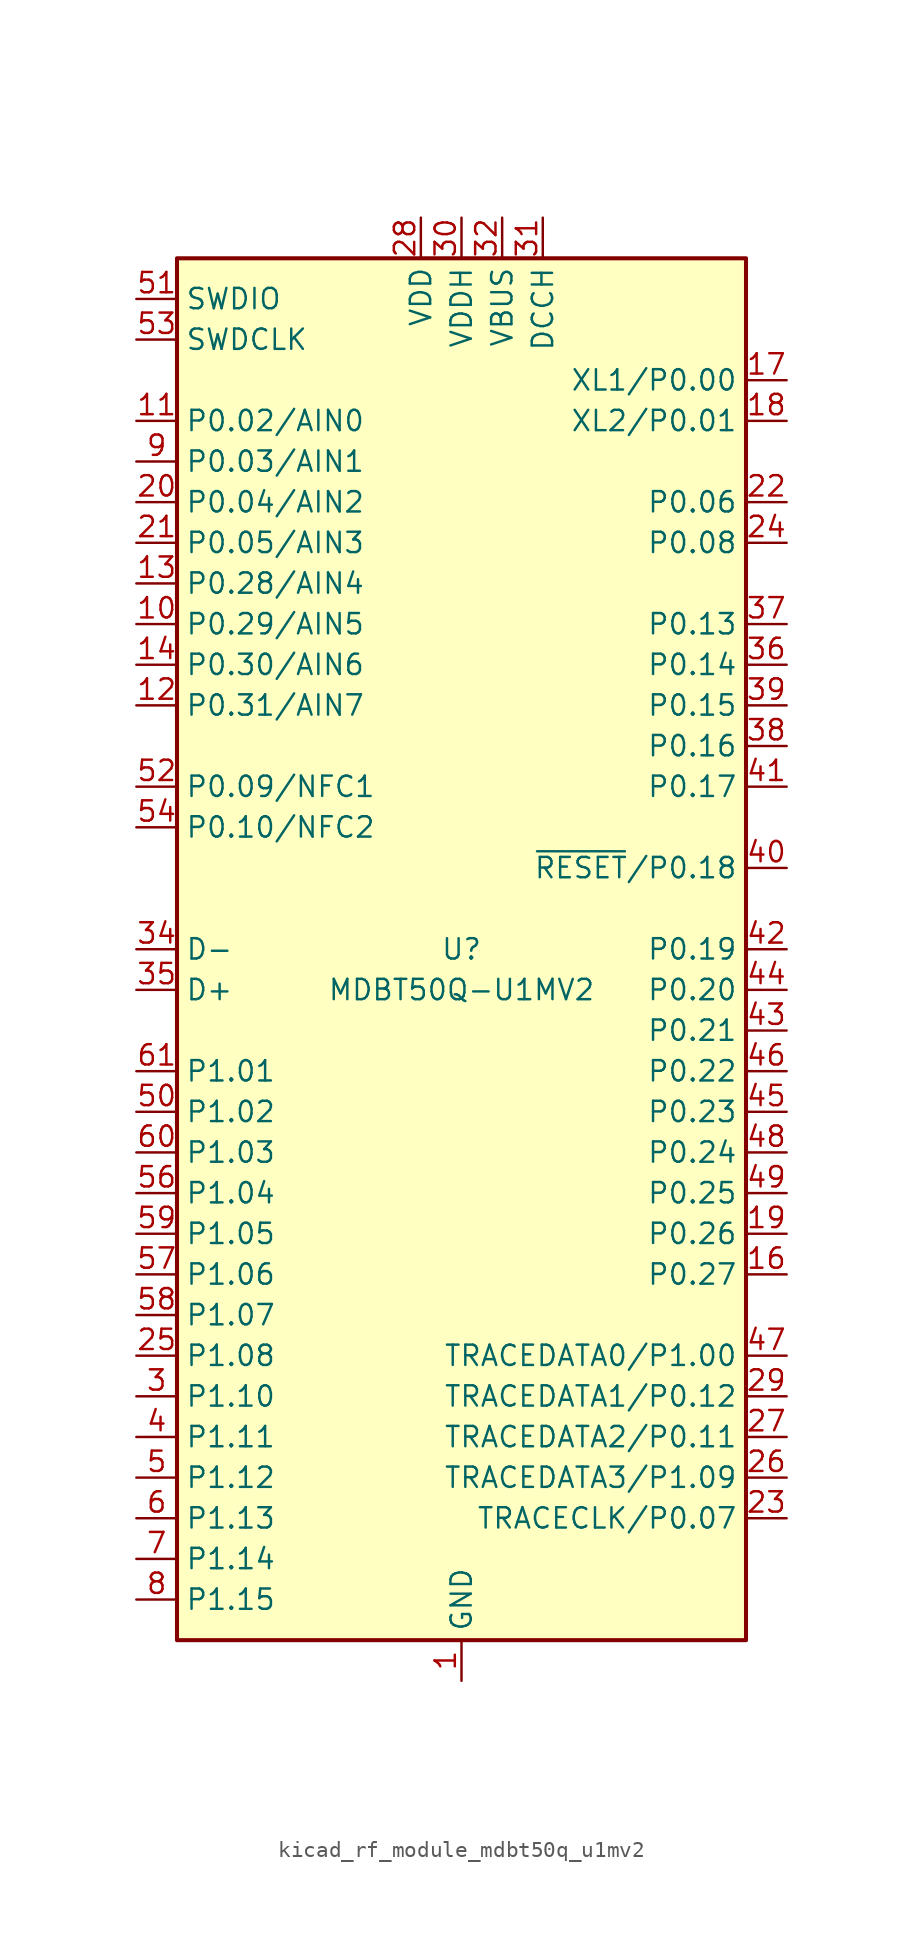
<source format=kicad_sym>
(kicad_symbol_lib
  (version 20220914)
  (generator kicad_symbol_editor)
  (symbol "kicad_rf_module_mdbt50q_u1mv2"
    (property "Reference" "U"
      (at 0 0 0)
      (effects (font (size 1.27 1.27))))
    (property "Value" "MDBT50Q-U1MV2"
      (at 0 -2.54 0)
      (effects (font (size 1.27 1.27))))
    (symbol "kicad_rf_module_mdbt50q_u1mv2_0_1"
      (rectangle (start -17.78 43.18) (end 17.78 -43.18) (stroke (width 0.254) (type default)) (fill (type background))))
    (symbol "kicad_rf_module_mdbt50q_u1mv2_1_1"
      (pin power_in line (at 0 -45.72 90) (length 2.54) (name "GND" (effects (font (size 1.27 1.27)))) (number "1" (effects (font (size 1.27 1.27)))))
      (pin bidirectional line (at -20.32 20.32 0) (length 2.54) (name "P0.29/AIN5" (effects (font (size 1.27 1.27)))) (number "10" (effects (font (size 1.27 1.27)))))
      (pin bidirectional line (at -20.32 33.02 0) (length 2.54) (name "P0.02/AIN0" (effects (font (size 1.27 1.27)))) (number "11" (effects (font (size 1.27 1.27)))))
      (pin bidirectional line (at -20.32 15.24 0) (length 2.54) (name "P0.31/AIN7" (effects (font (size 1.27 1.27)))) (number "12" (effects (font (size 1.27 1.27)))))
      (pin bidirectional line (at -20.32 22.86 0) (length 2.54) (name "P0.28/AIN4" (effects (font (size 1.27 1.27)))) (number "13" (effects (font (size 1.27 1.27)))))
      (pin bidirectional line (at -20.32 17.78 0) (length 2.54) (name "P0.30/AIN6" (effects (font (size 1.27 1.27)))) (number "14" (effects (font (size 1.27 1.27)))))
      (pin passive line (at 0 -45.72 90) (length 2.54) hide (name "GND" (effects (font (size 1.27 1.27)))) (number "15" (effects (font (size 1.27 1.27)))))
      (pin bidirectional line (at 20.32 -20.32 180) (length 2.54) (name "P0.27" (effects (font (size 1.27 1.27)))) (number "16" (effects (font (size 1.27 1.27)))))
      (pin bidirectional line (at 20.32 35.56 180) (length 2.54) (name "XL1/P0.00" (effects (font (size 1.27 1.27)))) (number "17" (effects (font (size 1.27 1.27)))))
      (pin bidirectional line (at 20.32 33.02 180) (length 2.54) (name "XL2/P0.01" (effects (font (size 1.27 1.27)))) (number "18" (effects (font (size 1.27 1.27)))))
      (pin bidirectional line (at 20.32 -17.78 180) (length 2.54) (name "P0.26" (effects (font (size 1.27 1.27)))) (number "19" (effects (font (size 1.27 1.27)))))
      (pin passive line (at 0 -45.72 90) (length 2.54) hide (name "GND" (effects (font (size 1.27 1.27)))) (number "2" (effects (font (size 1.27 1.27)))))
      (pin bidirectional line (at -20.32 27.94 0) (length 2.54) (name "P0.04/AIN2" (effects (font (size 1.27 1.27)))) (number "20" (effects (font (size 1.27 1.27)))))
      (pin bidirectional line (at -20.32 25.4 0) (length 2.54) (name "P0.05/AIN3" (effects (font (size 1.27 1.27)))) (number "21" (effects (font (size 1.27 1.27)))))
      (pin bidirectional line (at 20.32 27.94 180) (length 2.54) (name "P0.06" (effects (font (size 1.27 1.27)))) (number "22" (effects (font (size 1.27 1.27)))))
      (pin bidirectional line (at 20.32 -35.56 180) (length 2.54) (name "TRACECLK/P0.07" (effects (font (size 1.27 1.27)))) (number "23" (effects (font (size 1.27 1.27)))))
      (pin bidirectional line (at 20.32 25.4 180) (length 2.54) (name "P0.08" (effects (font (size 1.27 1.27)))) (number "24" (effects (font (size 1.27 1.27)))))
      (pin bidirectional line (at -20.32 -25.4 0) (length 2.54) (name "P1.08" (effects (font (size 1.27 1.27)))) (number "25" (effects (font (size 1.27 1.27)))))
      (pin bidirectional line (at 20.32 -33.02 180) (length 2.54) (name "TRACEDATA3/P1.09" (effects (font (size 1.27 1.27)))) (number "26" (effects (font (size 1.27 1.27)))))
      (pin bidirectional line (at 20.32 -30.48 180) (length 2.54) (name "TRACEDATA2/P0.11" (effects (font (size 1.27 1.27)))) (number "27" (effects (font (size 1.27 1.27)))))
      (pin power_in line (at -2.54 45.72 270) (length 2.54) (name "VDD" (effects (font (size 1.27 1.27)))) (number "28" (effects (font (size 1.27 1.27)))))
      (pin bidirectional line (at 20.32 -27.94 180) (length 2.54) (name "TRACEDATA1/P0.12" (effects (font (size 1.27 1.27)))) (number "29" (effects (font (size 1.27 1.27)))))
      (pin bidirectional line (at -20.32 -27.94 0) (length 2.54) (name "P1.10" (effects (font (size 1.27 1.27)))) (number "3" (effects (font (size 1.27 1.27)))))
      (pin power_in line (at 0 45.72 270) (length 2.54) (name "VDDH" (effects (font (size 1.27 1.27)))) (number "30" (effects (font (size 1.27 1.27)))))
      (pin power_out line (at 5.08 45.72 270) (length 2.54) (name "DCCH" (effects (font (size 1.27 1.27)))) (number "31" (effects (font (size 1.27 1.27)))))
      (pin power_in line (at 2.54 45.72 270) (length 2.54) (name "VBUS" (effects (font (size 1.27 1.27)))) (number "32" (effects (font (size 1.27 1.27)))))
      (pin passive line (at 0 -45.72 90) (length 2.54) hide (name "GND" (effects (font (size 1.27 1.27)))) (number "33" (effects (font (size 1.27 1.27)))))
      (pin bidirectional line (at -20.32 0 0) (length 2.54) (name "D-" (effects (font (size 1.27 1.27)))) (number "34" (effects (font (size 1.27 1.27)))))
      (pin bidirectional line (at -20.32 -2.54 0) (length 2.54) (name "D+" (effects (font (size 1.27 1.27)))) (number "35" (effects (font (size 1.27 1.27)))))
      (pin bidirectional line (at 20.32 17.78 180) (length 2.54) (name "P0.14" (effects (font (size 1.27 1.27)))) (number "36" (effects (font (size 1.27 1.27)))))
      (pin bidirectional line (at 20.32 20.32 180) (length 2.54) (name "P0.13" (effects (font (size 1.27 1.27)))) (number "37" (effects (font (size 1.27 1.27)))))
      (pin bidirectional line (at 20.32 12.7 180) (length 2.54) (name "P0.16" (effects (font (size 1.27 1.27)))) (number "38" (effects (font (size 1.27 1.27)))))
      (pin bidirectional line (at 20.32 15.24 180) (length 2.54) (name "P0.15" (effects (font (size 1.27 1.27)))) (number "39" (effects (font (size 1.27 1.27)))))
      (pin bidirectional line (at -20.32 -30.48 0) (length 2.54) (name "P1.11" (effects (font (size 1.27 1.27)))) (number "4" (effects (font (size 1.27 1.27)))))
      (pin bidirectional line (at 20.32 5.08 180) (length 2.54) (name "~{RESET}/P0.18" (effects (font (size 1.27 1.27)))) (number "40" (effects (font (size 1.27 1.27)))))
      (pin bidirectional line (at 20.32 10.16 180) (length 2.54) (name "P0.17" (effects (font (size 1.27 1.27)))) (number "41" (effects (font (size 1.27 1.27)))))
      (pin bidirectional line (at 20.32 0 180) (length 2.54) (name "P0.19" (effects (font (size 1.27 1.27)))) (number "42" (effects (font (size 1.27 1.27)))))
      (pin bidirectional line (at 20.32 -5.08 180) (length 2.54) (name "P0.21" (effects (font (size 1.27 1.27)))) (number "43" (effects (font (size 1.27 1.27)))))
      (pin bidirectional line (at 20.32 -2.54 180) (length 2.54) (name "P0.20" (effects (font (size 1.27 1.27)))) (number "44" (effects (font (size 1.27 1.27)))))
      (pin bidirectional line (at 20.32 -10.16 180) (length 2.54) (name "P0.23" (effects (font (size 1.27 1.27)))) (number "45" (effects (font (size 1.27 1.27)))))
      (pin bidirectional line (at 20.32 -7.62 180) (length 2.54) (name "P0.22" (effects (font (size 1.27 1.27)))) (number "46" (effects (font (size 1.27 1.27)))))
      (pin bidirectional line (at 20.32 -25.4 180) (length 2.54) (name "TRACEDATA0/P1.00" (effects (font (size 1.27 1.27)))) (number "47" (effects (font (size 1.27 1.27)))))
      (pin bidirectional line (at 20.32 -12.7 180) (length 2.54) (name "P0.24" (effects (font (size 1.27 1.27)))) (number "48" (effects (font (size 1.27 1.27)))))
      (pin bidirectional line (at 20.32 -15.24 180) (length 2.54) (name "P0.25" (effects (font (size 1.27 1.27)))) (number "49" (effects (font (size 1.27 1.27)))))
      (pin bidirectional line (at -20.32 -33.02 0) (length 2.54) (name "P1.12" (effects (font (size 1.27 1.27)))) (number "5" (effects (font (size 1.27 1.27)))))
      (pin bidirectional line (at -20.32 -10.16 0) (length 2.54) (name "P1.02" (effects (font (size 1.27 1.27)))) (number "50" (effects (font (size 1.27 1.27)))))
      (pin bidirectional line (at -20.32 40.64 0) (length 2.54) (name "SWDIO" (effects (font (size 1.27 1.27)))) (number "51" (effects (font (size 1.27 1.27)))))
      (pin bidirectional line (at -20.32 10.16 0) (length 2.54) (name "P0.09/NFC1" (effects (font (size 1.27 1.27)))) (number "52" (effects (font (size 1.27 1.27)))))
      (pin input line (at -20.32 38.1 0) (length 2.54) (name "SWDCLK" (effects (font (size 1.27 1.27)))) (number "53" (effects (font (size 1.27 1.27)))))
      (pin bidirectional line (at -20.32 7.62 0) (length 2.54) (name "P0.10/NFC2" (effects (font (size 1.27 1.27)))) (number "54" (effects (font (size 1.27 1.27)))))
      (pin passive line (at 0 -45.72 90) (length 2.54) hide (name "GND" (effects (font (size 1.27 1.27)))) (number "55" (effects (font (size 1.27 1.27)))))
      (pin bidirectional line (at -20.32 -15.24 0) (length 2.54) (name "P1.04" (effects (font (size 1.27 1.27)))) (number "56" (effects (font (size 1.27 1.27)))))
      (pin bidirectional line (at -20.32 -20.32 0) (length 2.54) (name "P1.06" (effects (font (size 1.27 1.27)))) (number "57" (effects (font (size 1.27 1.27)))))
      (pin bidirectional line (at -20.32 -22.86 0) (length 2.54) (name "P1.07" (effects (font (size 1.27 1.27)))) (number "58" (effects (font (size 1.27 1.27)))))
      (pin bidirectional line (at -20.32 -17.78 0) (length 2.54) (name "P1.05" (effects (font (size 1.27 1.27)))) (number "59" (effects (font (size 1.27 1.27)))))
      (pin bidirectional line (at -20.32 -35.56 0) (length 2.54) (name "P1.13" (effects (font (size 1.27 1.27)))) (number "6" (effects (font (size 1.27 1.27)))))
      (pin bidirectional line (at -20.32 -12.7 0) (length 2.54) (name "P1.03" (effects (font (size 1.27 1.27)))) (number "60" (effects (font (size 1.27 1.27)))))
      (pin bidirectional line (at -20.32 -7.62 0) (length 2.54) (name "P1.01" (effects (font (size 1.27 1.27)))) (number "61" (effects (font (size 1.27 1.27)))))
      (pin bidirectional line (at -20.32 -38.1 0) (length 2.54) (name "P1.14" (effects (font (size 1.27 1.27)))) (number "7" (effects (font (size 1.27 1.27)))))
      (pin bidirectional line (at -20.32 -40.64 0) (length 2.54) (name "P1.15" (effects (font (size 1.27 1.27)))) (number "8" (effects (font (size 1.27 1.27)))))
      (pin bidirectional line (at -20.32 30.48 0) (length 2.54) (name "P0.03/AIN1" (effects (font (size 1.27 1.27)))) (number "9" (effects (font (size 1.27 1.27))))))))
</source>
